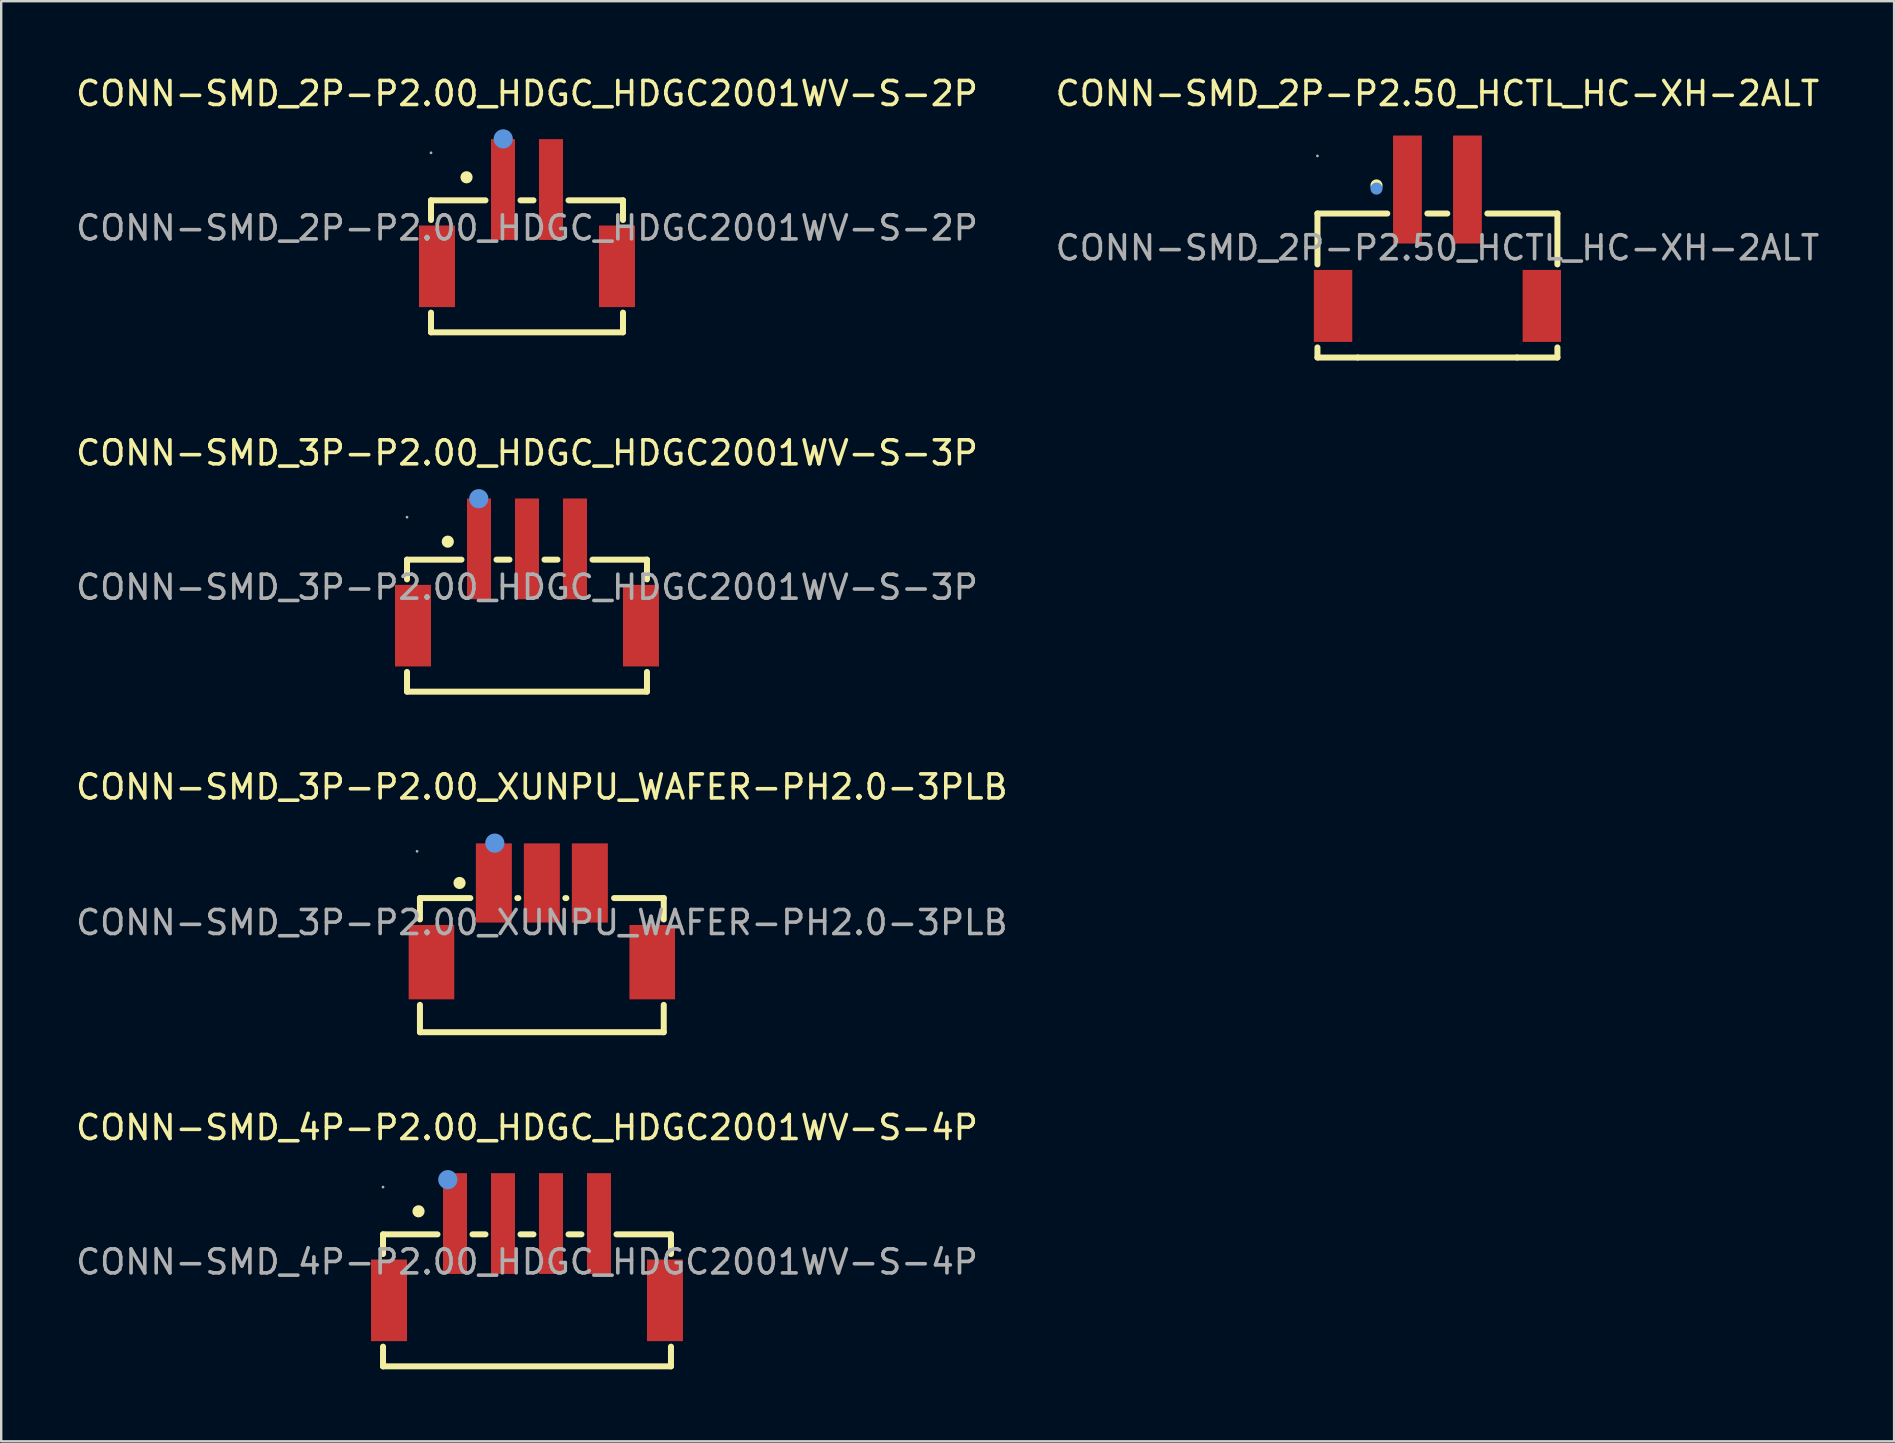
<source format=kicad_pcb>
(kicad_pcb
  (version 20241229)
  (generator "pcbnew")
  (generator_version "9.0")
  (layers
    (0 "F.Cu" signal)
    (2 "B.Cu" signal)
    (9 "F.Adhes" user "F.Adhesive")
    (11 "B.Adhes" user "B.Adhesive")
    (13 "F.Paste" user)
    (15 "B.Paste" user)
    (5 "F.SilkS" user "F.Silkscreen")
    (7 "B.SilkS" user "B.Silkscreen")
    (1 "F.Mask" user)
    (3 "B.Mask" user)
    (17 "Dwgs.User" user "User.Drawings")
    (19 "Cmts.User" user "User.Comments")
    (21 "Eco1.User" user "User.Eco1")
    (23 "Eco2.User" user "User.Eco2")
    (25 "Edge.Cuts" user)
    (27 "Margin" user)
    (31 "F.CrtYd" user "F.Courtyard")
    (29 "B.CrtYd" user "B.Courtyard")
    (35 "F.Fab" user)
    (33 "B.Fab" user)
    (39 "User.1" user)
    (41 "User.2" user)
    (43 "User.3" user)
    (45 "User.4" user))
  (footprint "CONN-SMD_3P-P2.00_HDGC_HDGC2001WV-S-3P"
    (layer "F.Cu")
    (at 18.911 21.422)
    (property "Reference" "CONN-SMD_3P-P2.00_HDGC_HDGC2001WV-S-3P" (at 0 -5.6 0) (layer "F.SilkS") (effects (font (size 1 1) (thickness 0.15))))
    (attr smd)
    (fp_line (start -5 -1.15) (end -5 -0.33) (stroke (width 0.25) (type solid)) (layer "F.SilkS"))
    (fp_line (start -5 -1.15) (end -2.73 -1.15) (stroke (width 0.25) (type solid)) (layer "F.SilkS"))
    (fp_line (start -5 3.53) (end -5 4.35) (stroke (width 0.25) (type solid)) (layer "F.SilkS"))
    (fp_line (start -5 4.35) (end 5 4.35) (stroke (width 0.25) (type solid)) (layer "F.SilkS"))
    (fp_line (start -1.27 -1.15) (end -0.73 -1.15) (stroke (width 0.25) (type solid)) (layer "F.SilkS"))
    (fp_line (start 0.73 -1.15) (end 1.27 -1.15) (stroke (width 0.25) (type solid)) (layer "F.SilkS"))
    (fp_line (start 2.73 -1.15) (end 5 -1.15) (stroke (width 0.25) (type solid)) (layer "F.SilkS"))
    (fp_line (start 5 -1.15) (end 5 -0.33) (stroke (width 0.25) (type solid)) (layer "F.SilkS"))
    (fp_line (start 5 3.53) (end 5 4.35) (stroke (width 0.25) (type solid)) (layer "F.SilkS"))
    (fp_circle (center -3.3 -1.9) (end -3.17 -1.9) (stroke (width 0.25) (type solid)) (fill no) (layer "F.SilkS"))
    (fp_circle (center -2.01 -3.69) (end -1.81 -3.69) (stroke (width 0.4) (type solid)) (fill no) (layer "Cmts.User"))
    (fp_circle (center -5 -2.92) (end -4.97 -2.92) (stroke (width 0.06) (type solid)) (fill no) (layer "F.Fab"))
    (fp_text user "${REFERENCE}" (at 0 0 0) (layer "F.Fab") (effects (font (size 1 1) (thickness 0.15))))
    (pad "1" smd rect (at -2 -1.6) (size 1 4.2) (layers "F.Cu" "F.Mask" "F.Paste"))
    (pad "2" smd rect (at 0 -1.6) (size 1 4.2) (layers "F.Cu" "F.Mask" "F.Paste"))
    (pad "3" smd rect (at 2 -1.6) (size 1 4.2) (layers "F.Cu" "F.Mask" "F.Paste"))
    (pad "4" smd rect (at 4.75 1.6) (size 1.5 3.4) (layers "F.Cu" "F.Mask" "F.Paste"))
    (pad "5" smd rect (at -4.75 1.6) (size 1.5 3.4) (layers "F.Cu" "F.Mask" "F.Paste")))
  (footprint "CONN-SMD_2P-P2.50_HCTL_HC-XH-2ALT"
    (layer "F.Cu")
    (at 56.851 7.278)
    (property "Reference" "CONN-SMD_2P-P2.50_HCTL_HC-XH-2ALT" (at 0 -6.43 0) (layer "F.SilkS") (effects (font (size 1 1) (thickness 0.15))))
    (attr smd)
    (fp_line (start -5 -1.43) (end -5 0.69) (stroke (width 0.25) (type solid)) (layer "F.SilkS"))
    (fp_line (start -5 -1.43) (end -2.09 -1.43) (stroke (width 0.25) (type solid)) (layer "F.SilkS"))
    (fp_line (start -5 4.15) (end -5 4.57) (stroke (width 0.25) (type solid)) (layer "F.SilkS"))
    (fp_line (start -5 4.57) (end -3.32 4.57) (stroke (width 0.25) (type solid)) (layer "F.SilkS"))
    (fp_line (start -3.32 4.57) (end 3.32 4.57) (stroke (width 0.25) (type solid)) (layer "F.SilkS"))
    (fp_line (start -0.42 -1.43) (end 0.41 -1.43) (stroke (width 0.25) (type solid)) (layer "F.SilkS"))
    (fp_line (start 2.08 -1.43) (end 5 -1.43) (stroke (width 0.25) (type solid)) (layer "F.SilkS"))
    (fp_line (start 5 -1.43) (end 5 0.69) (stroke (width 0.25) (type solid)) (layer "F.SilkS"))
    (fp_line (start 5 4.15) (end 5 4.57) (stroke (width 0.25) (type solid)) (layer "F.SilkS"))
    (fp_line (start 5 4.57) (end 3.32 4.57) (stroke (width 0.25) (type solid)) (layer "F.SilkS"))
    (fp_circle (center -2.54 -2.6) (end -2.41 -2.6) (stroke (width 0.25) (type solid)) (fill no) (layer "F.SilkS"))
    (fp_circle (center -2.54 -2.47) (end -2.41 -2.47) (stroke (width 0.25) (type solid)) (fill no) (layer "Cmts.User"))
    (fp_circle (center -5 -3.83) (end -4.97 -3.83) (stroke (width 0.06) (type solid)) (fill no) (layer "F.Fab"))
    (fp_text user "${REFERENCE}" (at 0 0 0) (layer "F.Fab") (effects (font (size 1 1) (thickness 0.15))))
    (pad "1" smd rect (at -1.25 -2.43) (size 1.2 4.5) (layers "F.Cu" "F.Mask" "F.Paste"))
    (pad "2" smd rect (at 1.25 -2.43) (size 1.2 4.5) (layers "F.Cu" "F.Mask" "F.Paste"))
    (pad "3" smd rect (at 4.35 2.42) (size 1.6 3) (layers "F.Cu" "F.Mask" "F.Paste"))
    (pad "4" smd rect (at -4.35 2.42) (size 1.6 3) (layers "F.Cu" "F.Mask" "F.Paste")))
  (footprint "CONN-SMD_2P-P2.00_HDGC_HDGC2001WV-S-2P"
    (layer "F.Cu")
    (at 18.911 6.448)
    (property "Reference" "CONN-SMD_2P-P2.00_HDGC_HDGC2001WV-S-2P" (at 0 -5.6 0) (layer "F.SilkS") (effects (font (size 1 1) (thickness 0.15))))
    (attr smd)
    (fp_line (start -4 -1.15) (end -4 -0.33) (stroke (width 0.25) (type solid)) (layer "F.SilkS"))
    (fp_line (start -4 -1.15) (end -1.73 -1.15) (stroke (width 0.25) (type solid)) (layer "F.SilkS"))
    (fp_line (start -4 4.35) (end -4 3.53) (stroke (width 0.25) (type solid)) (layer "F.SilkS"))
    (fp_line (start -4 4.35) (end 4 4.35) (stroke (width 0.25) (type solid)) (layer "F.SilkS"))
    (fp_line (start -0.27 -1.15) (end 0.27 -1.15) (stroke (width 0.25) (type solid)) (layer "F.SilkS"))
    (fp_line (start 1.73 -1.15) (end 4 -1.15) (stroke (width 0.25) (type solid)) (layer "F.SilkS"))
    (fp_line (start 4 -1.15) (end 4 -0.33) (stroke (width 0.25) (type solid)) (layer "F.SilkS"))
    (fp_line (start 4 3.53) (end 4 4.35) (stroke (width 0.25) (type solid)) (layer "F.SilkS"))
    (fp_circle (center -2.52 -2.11) (end -2.39 -2.11) (stroke (width 0.25) (type solid)) (fill no) (layer "F.SilkS"))
    (fp_circle (center -0.99 -3.71) (end -0.79 -3.71) (stroke (width 0.4) (type solid)) (fill no) (layer "Cmts.User"))
    (fp_circle (center -4 -3.13) (end -3.97 -3.13) (stroke (width 0.06) (type solid)) (fill no) (layer "F.Fab"))
    (fp_text user "${REFERENCE}" (at 0 0 0) (layer "F.Fab") (effects (font (size 1 1) (thickness 0.15))))
    (pad "1" smd rect (at -1 -1.6) (size 1 4.2) (layers "F.Cu" "F.Mask" "F.Paste"))
    (pad "2" smd rect (at 1 -1.6) (size 1 4.2) (layers "F.Cu" "F.Mask" "F.Paste"))
    (pad "3" smd rect (at 3.75 1.6) (size 1.5 3.4) (layers "F.Cu" "F.Mask" "F.Paste"))
    (pad "4" smd rect (at -3.75 1.6) (size 1.5 3.4) (layers "F.Cu" "F.Mask" "F.Paste")))
  (footprint "CONN-SMD_4P-P2.00_HDGC_HDGC2001WV-S-4P"
    (layer "F.Cu")
    (at 18.911 49.538)
    (property "Reference" "CONN-SMD_4P-P2.00_HDGC_HDGC2001WV-S-4P" (at 0 -5.6 0) (layer "F.SilkS") (effects (font (size 1 1) (thickness 0.15))))
    (attr smd)
    (fp_line (start -6 -1.15) (end -6 -0.33) (stroke (width 0.25) (type solid)) (layer "F.SilkS"))
    (fp_line (start -6 -1.15) (end -3.73 -1.15) (stroke (width 0.25) (type solid)) (layer "F.SilkS"))
    (fp_line (start -6 4.35) (end -6 3.53) (stroke (width 0.25) (type solid)) (layer "F.SilkS"))
    (fp_line (start -6 4.35) (end 6 4.35) (stroke (width 0.25) (type solid)) (layer "F.SilkS"))
    (fp_line (start -2.27 -1.15) (end -1.73 -1.15) (stroke (width 0.25) (type solid)) (layer "F.SilkS"))
    (fp_line (start -0.27 -1.15) (end 0.27 -1.15) (stroke (width 0.25) (type solid)) (layer "F.SilkS"))
    (fp_line (start 1.73 -1.15) (end 2.27 -1.15) (stroke (width 0.25) (type solid)) (layer "F.SilkS"))
    (fp_line (start 3.73 -1.15) (end 6 -1.15) (stroke (width 0.25) (type solid)) (layer "F.SilkS"))
    (fp_line (start 6 -1.15) (end 6 -0.33) (stroke (width 0.25) (type solid)) (layer "F.SilkS"))
    (fp_line (start 6 3.53) (end 6 4.35) (stroke (width 0.25) (type solid)) (layer "F.SilkS"))
    (fp_circle (center -4.52 -2.11) (end -4.39 -2.11) (stroke (width 0.25) (type solid)) (fill no) (layer "F.SilkS"))
    (fp_circle (center -3.3 -3.43) (end -3.1 -3.43) (stroke (width 0.4) (type solid)) (fill no) (layer "Cmts.User"))
    (fp_circle (center -6 -3.12) (end -5.97 -3.12) (stroke (width 0.06) (type solid)) (fill no) (layer "F.Fab"))
    (fp_text user "${REFERENCE}" (at 0 0 0) (layer "F.Fab") (effects (font (size 1 1) (thickness 0.15))))
    (pad "1" smd rect (at -3 -1.6) (size 1 4.2) (layers "F.Cu" "F.Mask" "F.Paste"))
    (pad "2" smd rect (at -1 -1.6) (size 1 4.2) (layers "F.Cu" "F.Mask" "F.Paste"))
    (pad "3" smd rect (at 1 -1.6) (size 1 4.2) (layers "F.Cu" "F.Mask" "F.Paste"))
    (pad "4" smd rect (at 3 -1.6) (size 1 4.2) (layers "F.Cu" "F.Mask" "F.Paste"))
    (pad "5" smd rect (at 5.75 1.6) (size 1.5 3.4) (layers "F.Cu" "F.Mask" "F.Paste"))
    (pad "6" smd rect (at -5.75 1.6) (size 1.5 3.4) (layers "F.Cu" "F.Mask" "F.Paste")))
  (footprint "CONN-SMD_3P-P2.00_XUNPU_WAFER-PH2.0-3PLB"
    (layer "F.Cu")
    (at 19.53 35.395)
    (property "Reference" "CONN-SMD_3P-P2.00_XUNPU_WAFER-PH2.0-3PLB" (at 0 -5.65 0) (layer "F.SilkS") (effects (font (size 1 1) (thickness 0.15))))
    (attr smd)
    (fp_line (start -5.08 -1.02) (end -5.08 -0.13) (stroke (width 0.25) (type solid)) (layer "F.SilkS"))
    (fp_line (start -5.08 3.43) (end -5.08 4.57) (stroke (width 0.25) (type solid)) (layer "F.SilkS"))
    (fp_line (start -5.08 4.57) (end 5.08 4.57) (stroke (width 0.25) (type solid)) (layer "F.SilkS"))
    (fp_line (start -2.98 -1.02) (end -5.08 -1.02) (stroke (width 0.25) (type solid)) (layer "F.SilkS"))
    (fp_line (start -0.98 -1.02) (end -1.02 -1.02) (stroke (width 0.25) (type solid)) (layer "F.SilkS"))
    (fp_line (start 1.02 -1.02) (end 0.98 -1.02) (stroke (width 0.25) (type solid)) (layer "F.SilkS"))
    (fp_line (start 5.08 -1.02) (end 3.01 -1.02) (stroke (width 0.25) (type solid)) (layer "F.SilkS"))
    (fp_line (start 5.08 -1.02) (end 5.08 -0.13) (stroke (width 0.25) (type solid)) (layer "F.SilkS"))
    (fp_line (start 5.08 3.43) (end 5.08 4.57) (stroke (width 0.25) (type solid)) (layer "F.SilkS"))
    (fp_circle (center -3.43 -1.65) (end -3.3 -1.65) (stroke (width 0.25) (type solid)) (fill no) (layer "F.SilkS"))
    (fp_circle (center -1.96 -3.31) (end -1.76 -3.31) (stroke (width 0.4) (type solid)) (fill no) (layer "Cmts.User"))
    (fp_circle (center -5.2 -2.97) (end -5.17 -2.97) (stroke (width 0.06) (type solid)) (fill no) (layer "F.Fab"))
    (fp_text user "${REFERENCE}" (at 0 0 0) (layer "F.Fab") (effects (font (size 1 1) (thickness 0.15))))
    (pad "1" smd rect (at -2 -1.65) (size 1.5 3.3) (layers "F.Cu" "F.Mask" "F.Paste"))
    (pad "2" smd rect (at 0 -1.65) (size 1.5 3.3) (layers "F.Cu" "F.Mask" "F.Paste"))
    (pad "3" smd rect (at 2 -1.65) (size 1.5 3.3) (layers "F.Cu" "F.Mask" "F.Paste"))
    (pad "4" smd rect (at 4.6 1.65) (size 1.9 3.1) (layers "F.Cu" "F.Mask" "F.Paste"))
    (pad "5" smd rect (at -4.6 1.65) (size 1.9 3.1) (layers "F.Cu" "F.Mask" "F.Paste")))
  (gr_rect
    (start -3 -3)
    (end 75.881 57.013)
    (stroke (width 0.1) (type default))
    (fill no)
    (layer "Edge.Cuts")))
</source>
